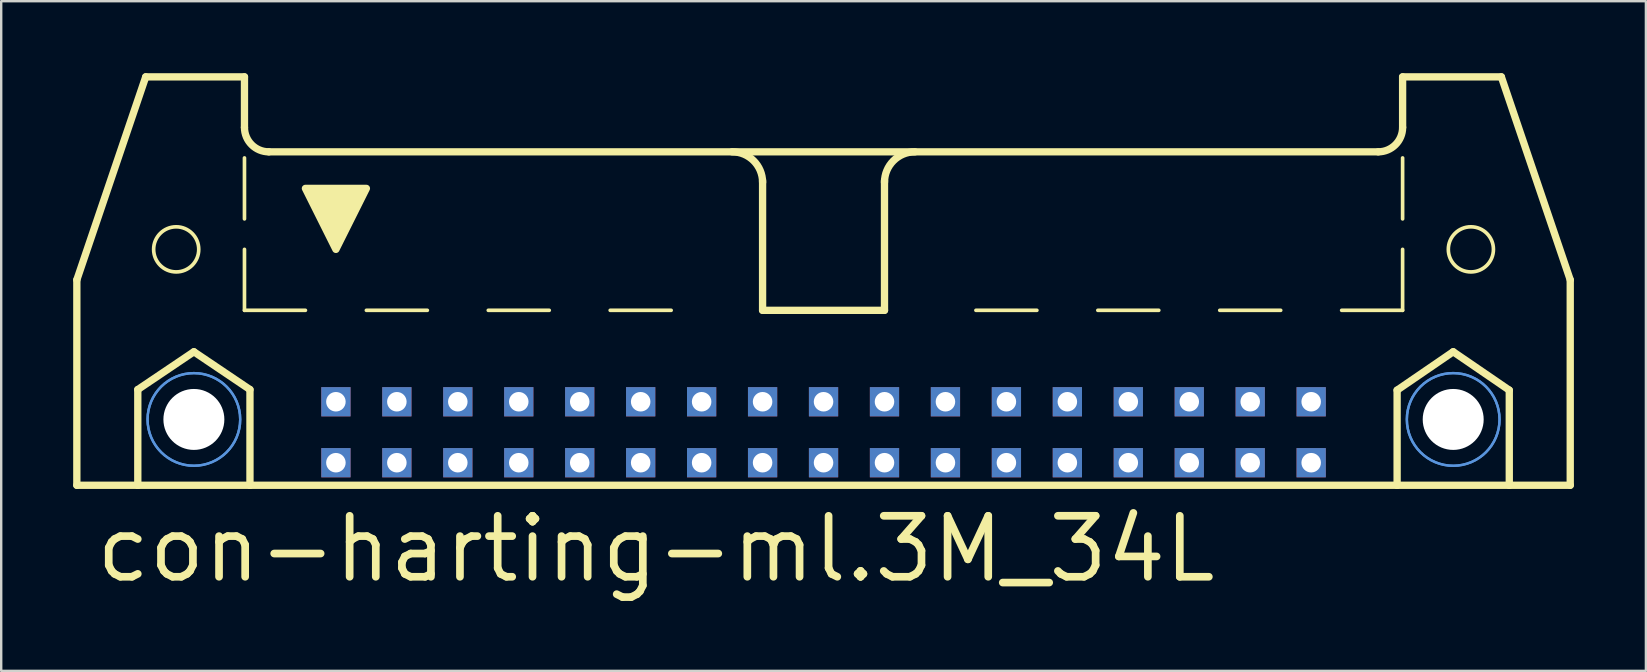
<source format=kicad_pcb>
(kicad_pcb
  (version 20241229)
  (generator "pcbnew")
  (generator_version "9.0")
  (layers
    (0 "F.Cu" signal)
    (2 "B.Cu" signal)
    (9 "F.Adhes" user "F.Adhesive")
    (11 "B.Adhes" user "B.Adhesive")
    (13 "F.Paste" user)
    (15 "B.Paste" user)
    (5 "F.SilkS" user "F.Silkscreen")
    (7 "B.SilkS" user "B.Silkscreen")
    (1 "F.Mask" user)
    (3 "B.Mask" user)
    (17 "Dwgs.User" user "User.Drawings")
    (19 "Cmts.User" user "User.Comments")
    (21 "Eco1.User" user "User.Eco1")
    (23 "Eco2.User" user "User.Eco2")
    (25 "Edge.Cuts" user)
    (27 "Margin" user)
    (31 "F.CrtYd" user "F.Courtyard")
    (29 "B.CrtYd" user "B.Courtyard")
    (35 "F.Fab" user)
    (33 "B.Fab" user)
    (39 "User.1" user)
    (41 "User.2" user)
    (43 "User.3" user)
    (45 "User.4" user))
  (footprint "con-harting-ml.3M_34L"
    (layer "F.Cu")
    (at 31.267 11.151)
    (property "Reference" "con-harting-ml.3M_34L" (at -30.48 10.16 0) (layer "F.SilkS") (effects (font (size 2.54 2.54) (thickness 0.32)) (justify left bottom)))
    (attr through_hole)
    (fp_line (start -31.115 -2.54) (end -31.115 6.02) (stroke (width 0.305) (type default)) (layer "F.SilkS"))
    (fp_line (start -31.115 -2.54) (end -28.245 -10.998) (stroke (width 0.305) (type default)) (layer "F.SilkS"))
    (fp_line (start -31.115 6.02) (end -28.575 6.02) (stroke (width 0.305) (type default)) (layer "F.SilkS"))
    (fp_line (start -28.575 2.032) (end -26.238 0.457) (stroke (width 0.305) (type default)) (layer "F.SilkS"))
    (fp_line (start -28.575 6.02) (end -28.575 2.032) (stroke (width 0.305) (type default)) (layer "F.SilkS"))
    (fp_line (start -28.575 6.02) (end -23.901 6.02) (stroke (width 0.305) (type default)) (layer "F.SilkS"))
    (fp_line (start -26.238 0.457) (end -23.901 2.032) (stroke (width 0.305) (type default)) (layer "F.SilkS"))
    (fp_line (start -24.13 -10.998) (end -28.245 -10.998) (stroke (width 0.305) (type default)) (layer "F.SilkS"))
    (fp_line (start -24.13 -8.89) (end -24.13 -10.998) (stroke (width 0.305) (type default)) (layer "F.SilkS"))
    (fp_line (start -24.13 -5.08) (end -24.13 -7.62) (stroke (width 0.152) (type default)) (layer "F.SilkS"))
    (fp_line (start -24.13 -1.27) (end -24.13 -3.81) (stroke (width 0.152) (type default)) (layer "F.SilkS"))
    (fp_line (start -24.13 -1.27) (end -21.59 -1.27) (stroke (width 0.152) (type default)) (layer "F.SilkS"))
    (fp_line (start -23.901 2.032) (end -23.901 6.02) (stroke (width 0.305) (type default)) (layer "F.SilkS"))
    (fp_line (start -23.901 6.02) (end 23.901 6.02) (stroke (width 0.305) (type default)) (layer "F.SilkS"))
    (fp_line (start -23.114 -7.874) (end 23.114 -7.874) (stroke (width 0.305) (type default)) (layer "F.SilkS"))
    (fp_line (start -19.05 -1.27) (end -16.51 -1.27) (stroke (width 0.152) (type default)) (layer "F.SilkS"))
    (fp_line (start -13.97 -1.27) (end -11.43 -1.27) (stroke (width 0.152) (type default)) (layer "F.SilkS"))
    (fp_line (start -8.89 -1.27) (end -6.35 -1.27) (stroke (width 0.152) (type default)) (layer "F.SilkS"))
    (fp_line (start -2.54 -1.27) (end -2.54 -6.68) (stroke (width 0.305) (type default)) (layer "F.SilkS"))
    (fp_line (start 0 -1.27) (end 2.54 -1.27) (stroke (width 0.152) (type default)) (layer "F.SilkS"))
    (fp_line (start 2.54 -1.27) (end -2.54 -1.27) (stroke (width 0.305) (type default)) (layer "F.SilkS"))
    (fp_line (start 2.54 -1.27) (end 2.54 -6.68) (stroke (width 0.305) (type default)) (layer "F.SilkS"))
    (fp_line (start 8.89 -1.27) (end 6.35 -1.27) (stroke (width 0.152) (type default)) (layer "F.SilkS"))
    (fp_line (start 13.97 -1.27) (end 11.43 -1.27) (stroke (width 0.152) (type default)) (layer "F.SilkS"))
    (fp_line (start 19.05 -1.27) (end 16.51 -1.27) (stroke (width 0.152) (type default)) (layer "F.SilkS"))
    (fp_line (start 23.901 2.057) (end 26.238 0.457) (stroke (width 0.305) (type default)) (layer "F.SilkS"))
    (fp_line (start 23.901 6.02) (end 23.901 2.057) (stroke (width 0.305) (type default)) (layer "F.SilkS"))
    (fp_line (start 23.901 6.02) (end 28.575 6.02) (stroke (width 0.305) (type default)) (layer "F.SilkS"))
    (fp_line (start 24.13 -10.998) (end 28.245 -10.998) (stroke (width 0.305) (type default)) (layer "F.SilkS"))
    (fp_line (start 24.13 -8.89) (end 24.13 -10.998) (stroke (width 0.305) (type default)) (layer "F.SilkS"))
    (fp_line (start 24.13 -5.08) (end 24.13 -7.62) (stroke (width 0.152) (type default)) (layer "F.SilkS"))
    (fp_line (start 24.13 -1.27) (end 21.59 -1.27) (stroke (width 0.152) (type default)) (layer "F.SilkS"))
    (fp_line (start 24.13 -1.27) (end 24.13 -3.81) (stroke (width 0.152) (type default)) (layer "F.SilkS"))
    (fp_line (start 26.238 0.457) (end 28.575 2.057) (stroke (width 0.305) (type default)) (layer "F.SilkS"))
    (fp_line (start 28.575 2.057) (end 28.575 6.02) (stroke (width 0.305) (type default)) (layer "F.SilkS"))
    (fp_line (start 28.575 6.02) (end 31.115 6.02) (stroke (width 0.305) (type default)) (layer "F.SilkS"))
    (fp_line (start 31.115 -2.54) (end 28.245 -10.998) (stroke (width 0.305) (type default)) (layer "F.SilkS"))
    (fp_line (start 31.115 6.02) (end 31.115 -2.54) (stroke (width 0.305) (type default)) (layer "F.SilkS"))
    (fp_arc (start -23.114 -7.874) (mid -23.83242 -8.17158) (end -24.13 -8.89) (stroke (width 0.3048) (type default)) (layer "F.SilkS"))
    (fp_arc (start -3.81 -7.874) (mid -2.911974 -7.502026) (end -2.54 -6.604) (stroke (width 0.3048) (type default)) (layer "F.SilkS"))
    (fp_arc (start 2.54 -6.604) (mid 2.911974 -7.502026) (end 3.81 -7.874) (stroke (width 0.3048) (type default)) (layer "F.SilkS"))
    (fp_arc (start 24.13 -8.89) (mid 23.83242 -8.17158) (end 23.114 -7.874) (stroke (width 0.3048) (type default)) (layer "F.SilkS"))
    (fp_circle (center -26.975 -3.81) (end -26.035 -3.81) (stroke (width 0.152) (type default)) (fill no) (layer "F.SilkS"))
    (fp_circle (center 26.975 -3.81) (end 27.915 -3.81) (stroke (width 0.152) (type default)) (fill no) (layer "F.SilkS"))
    (fp_poly (pts (xy -21.59 -6.35) (xy -19.05 -6.35) (xy -20.32 -3.81)) (stroke (width 0.305) (type default)) (fill yes) (layer "F.SilkS"))
    (fp_circle (center -26.238 3.277) (end -24.308 3.277) (stroke (width 0.1) (type default)) (fill no) (layer "Cmts.User"))
    (fp_circle (center -26.238 3.277) (end -24.308 3.277) (stroke (width 0.1) (type default)) (fill no) (layer "Cmts.User"))
    (fp_circle (center 26.238 3.277) (end 28.169 3.277) (stroke (width 0.1) (type default)) (fill no) (layer "Cmts.User"))
    (fp_circle (center 26.238 3.277) (end 28.169 3.277) (stroke (width 0.1) (type default)) (fill no) (layer "Cmts.User"))
    (pad "" np_thru_hole circle (at -26.238 3.277) (size 2.54 2.54) (drill 2.54) (layers "*.Cu" "*.Mask"))
    (pad "" np_thru_hole circle (at 26.238 3.277) (size 2.54 2.54) (drill 2.54) (layers "*.Cu" "*.Mask"))
    (pad "1" thru_hole rect (at -20.32 5.08) (size 1.219 1.219) (drill 0.813) (layers "*.Cu" "*.Mask"))
    (pad "2" thru_hole rect (at -20.32 2.54) (size 1.219 1.219) (drill 0.813) (layers "*.Cu" "*.Mask"))
    (pad "3" thru_hole rect (at -17.78 5.08) (size 1.219 1.219) (drill 0.813) (layers "*.Cu" "*.Mask"))
    (pad "4" thru_hole rect (at -17.78 2.54) (size 1.219 1.219) (drill 0.813) (layers "*.Cu" "*.Mask"))
    (pad "5" thru_hole rect (at -15.24 5.08) (size 1.219 1.219) (drill 0.813) (layers "*.Cu" "*.Mask"))
    (pad "6" thru_hole rect (at -15.24 2.54) (size 1.219 1.219) (drill 0.813) (layers "*.Cu" "*.Mask"))
    (pad "7" thru_hole rect (at -12.7 5.08) (size 1.219 1.219) (drill 0.813) (layers "*.Cu" "*.Mask"))
    (pad "8" thru_hole rect (at -12.7 2.54) (size 1.219 1.219) (drill 0.813) (layers "*.Cu" "*.Mask"))
    (pad "9" thru_hole rect (at -10.16 5.08) (size 1.219 1.219) (drill 0.813) (layers "*.Cu" "*.Mask"))
    (pad "10" thru_hole rect (at -10.16 2.54) (size 1.219 1.219) (drill 0.813) (layers "*.Cu" "*.Mask"))
    (pad "11" thru_hole rect (at -7.62 5.08) (size 1.219 1.219) (drill 0.813) (layers "*.Cu" "*.Mask"))
    (pad "12" thru_hole rect (at -7.62 2.54) (size 1.219 1.219) (drill 0.813) (layers "*.Cu" "*.Mask"))
    (pad "13" thru_hole rect (at -5.08 5.08) (size 1.219 1.219) (drill 0.813) (layers "*.Cu" "*.Mask"))
    (pad "14" thru_hole rect (at -5.08 2.54) (size 1.219 1.219) (drill 0.813) (layers "*.Cu" "*.Mask"))
    (pad "15" thru_hole rect (at -2.54 5.08) (size 1.219 1.219) (drill 0.813) (layers "*.Cu" "*.Mask"))
    (pad "16" thru_hole rect (at -2.54 2.54) (size 1.219 1.219) (drill 0.813) (layers "*.Cu" "*.Mask"))
    (pad "17" thru_hole rect (at 0 5.08) (size 1.219 1.219) (drill 0.813) (layers "*.Cu" "*.Mask"))
    (pad "18" thru_hole rect (at 0 2.54) (size 1.219 1.219) (drill 0.813) (layers "*.Cu" "*.Mask"))
    (pad "19" thru_hole rect (at 2.54 5.08) (size 1.219 1.219) (drill 0.813) (layers "*.Cu" "*.Mask"))
    (pad "20" thru_hole rect (at 2.54 2.54) (size 1.219 1.219) (drill 0.813) (layers "*.Cu" "*.Mask"))
    (pad "21" thru_hole rect (at 5.08 5.08) (size 1.219 1.219) (drill 0.813) (layers "*.Cu" "*.Mask"))
    (pad "22" thru_hole rect (at 5.08 2.54) (size 1.219 1.219) (drill 0.813) (layers "*.Cu" "*.Mask"))
    (pad "23" thru_hole rect (at 7.62 5.08) (size 1.219 1.219) (drill 0.813) (layers "*.Cu" "*.Mask"))
    (pad "24" thru_hole rect (at 7.62 2.54) (size 1.219 1.219) (drill 0.813) (layers "*.Cu" "*.Mask"))
    (pad "25" thru_hole rect (at 10.16 5.08) (size 1.219 1.219) (drill 0.813) (layers "*.Cu" "*.Mask"))
    (pad "26" thru_hole rect (at 10.16 2.54) (size 1.219 1.219) (drill 0.813) (layers "*.Cu" "*.Mask"))
    (pad "27" thru_hole rect (at 12.7 5.08) (size 1.219 1.219) (drill 0.813) (layers "*.Cu" "*.Mask"))
    (pad "28" thru_hole rect (at 12.7 2.54) (size 1.219 1.219) (drill 0.813) (layers "*.Cu" "*.Mask"))
    (pad "29" thru_hole rect (at 15.24 5.08) (size 1.219 1.219) (drill 0.813) (layers "*.Cu" "*.Mask"))
    (pad "30" thru_hole rect (at 15.24 2.54) (size 1.219 1.219) (drill 0.813) (layers "*.Cu" "*.Mask"))
    (pad "31" thru_hole rect (at 17.78 5.08) (size 1.219 1.219) (drill 0.813) (layers "*.Cu" "*.Mask"))
    (pad "32" thru_hole rect (at 17.78 2.54) (size 1.219 1.219) (drill 0.813) (layers "*.Cu" "*.Mask"))
    (pad "33" thru_hole rect (at 20.32 5.08) (size 1.219 1.219) (drill 0.813) (layers "*.Cu" "*.Mask"))
    (pad "34" thru_hole rect (at 20.32 2.54) (size 1.219 1.219) (drill 0.813) (layers "*.Cu" "*.Mask")))
  (gr_rect
    (start -3 -3)
    (end 65.535 24.906)
    (stroke (width 0.1) (type default))
    (fill no)
    (layer "Edge.Cuts")))
</source>
